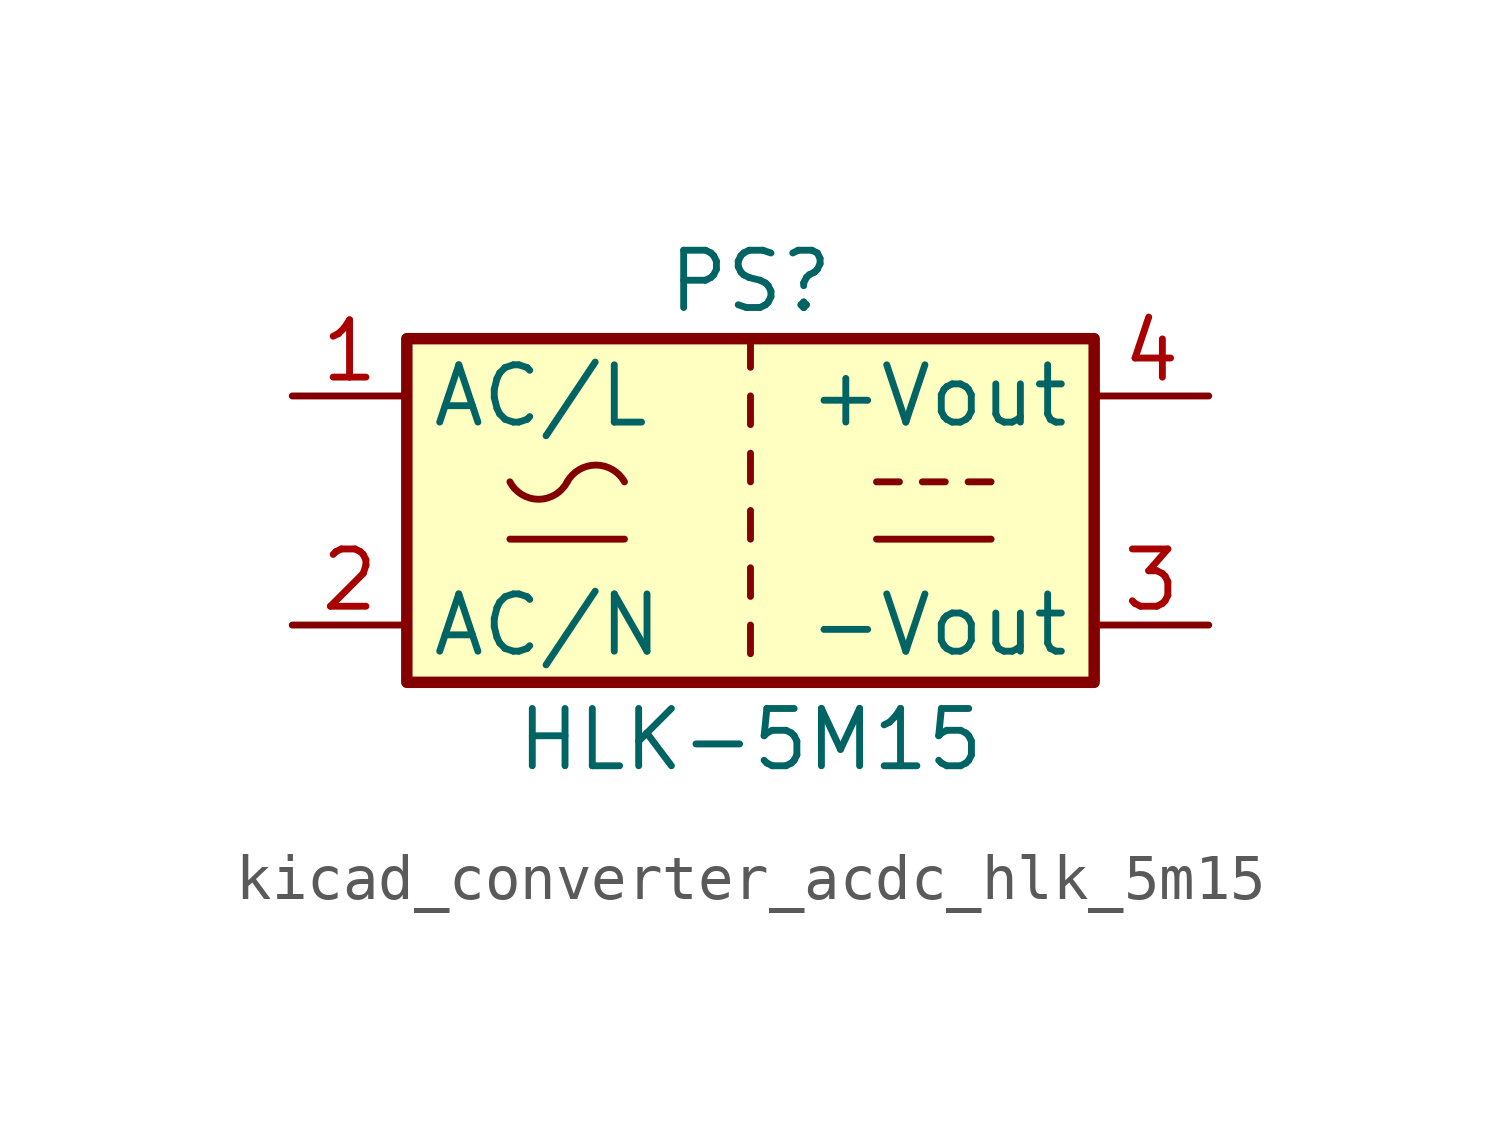
<source format=kicad_sym>
(kicad_symbol_lib
  (version 20220914)
  (generator kicad_symbol_editor)
  (symbol "kicad_converter_acdc_hlk_5m15"
    (property "Reference" "PS"
      (at 0 5.08 0)
      (effects (font (size 1.27 1.27))))
    (property "Value" "HLK-5M15"
      (at 0 -5.08 0)
      (effects (font (size 1.27 1.27))))
    (symbol "kicad_converter_acdc_hlk_5m15_0_1"
      (rectangle (start -7.62 3.81) (end 7.62 -3.81) (stroke (width 0.254) (type default)) (fill (type background)))
      (arc (start -5.334 0.635) (mid -4.699 0.2495) (end -4.064 0.635) (stroke (width 0) (type default)) (fill (type none)))
      (arc (start -2.794 0.635) (mid -3.429 1.0072) (end -4.064 0.635) (stroke (width 0) (type default)) (fill (type none)))
      (polyline (pts (xy -5.334 -0.635) (xy -2.794 -0.635)) (stroke (width 0) (type default)) (fill (type none)))
      (polyline (pts (xy 0 -2.54) (xy 0 -3.175)) (stroke (width 0) (type default)) (fill (type none)))
      (polyline (pts (xy 0 -1.27) (xy 0 -1.905)) (stroke (width 0) (type default)) (fill (type none)))
      (polyline (pts (xy 0 0) (xy 0 -0.635)) (stroke (width 0) (type default)) (fill (type none)))
      (polyline (pts (xy 0 1.27) (xy 0 0.635)) (stroke (width 0) (type default)) (fill (type none)))
      (polyline (pts (xy 0 2.54) (xy 0 1.905)) (stroke (width 0) (type default)) (fill (type none)))
      (polyline (pts (xy 0 3.81) (xy 0 3.175)) (stroke (width 0) (type default)) (fill (type none)))
      (polyline (pts (xy 2.794 -0.635) (xy 5.334 -0.635)) (stroke (width 0) (type default)) (fill (type none)))
      (polyline (pts (xy 2.794 0.635) (xy 3.302 0.635)) (stroke (width 0) (type default)) (fill (type none)))
      (polyline (pts (xy 3.81 0.635) (xy 4.318 0.635)) (stroke (width 0) (type default)) (fill (type none)))
      (polyline (pts (xy 4.826 0.635) (xy 5.334 0.635)) (stroke (width 0) (type default)) (fill (type none))))
    (symbol "kicad_converter_acdc_hlk_5m15_1_1"
      (pin power_in line (at -10.16 2.54 0) (length 2.54) (name "AC/L" (effects (font (size 1.27 1.27)))) (number "1" (effects (font (size 1.27 1.27)))))
      (pin power_in line (at -10.16 -2.54 0) (length 2.54) (name "AC/N" (effects (font (size 1.27 1.27)))) (number "2" (effects (font (size 1.27 1.27)))))
      (pin power_out line (at 10.16 -2.54 180) (length 2.54) (name "-Vout" (effects (font (size 1.27 1.27)))) (number "3" (effects (font (size 1.27 1.27)))))
      (pin power_out line (at 10.16 2.54 180) (length 2.54) (name "+Vout" (effects (font (size 1.27 1.27)))) (number "4" (effects (font (size 1.27 1.27))))))))
</source>
